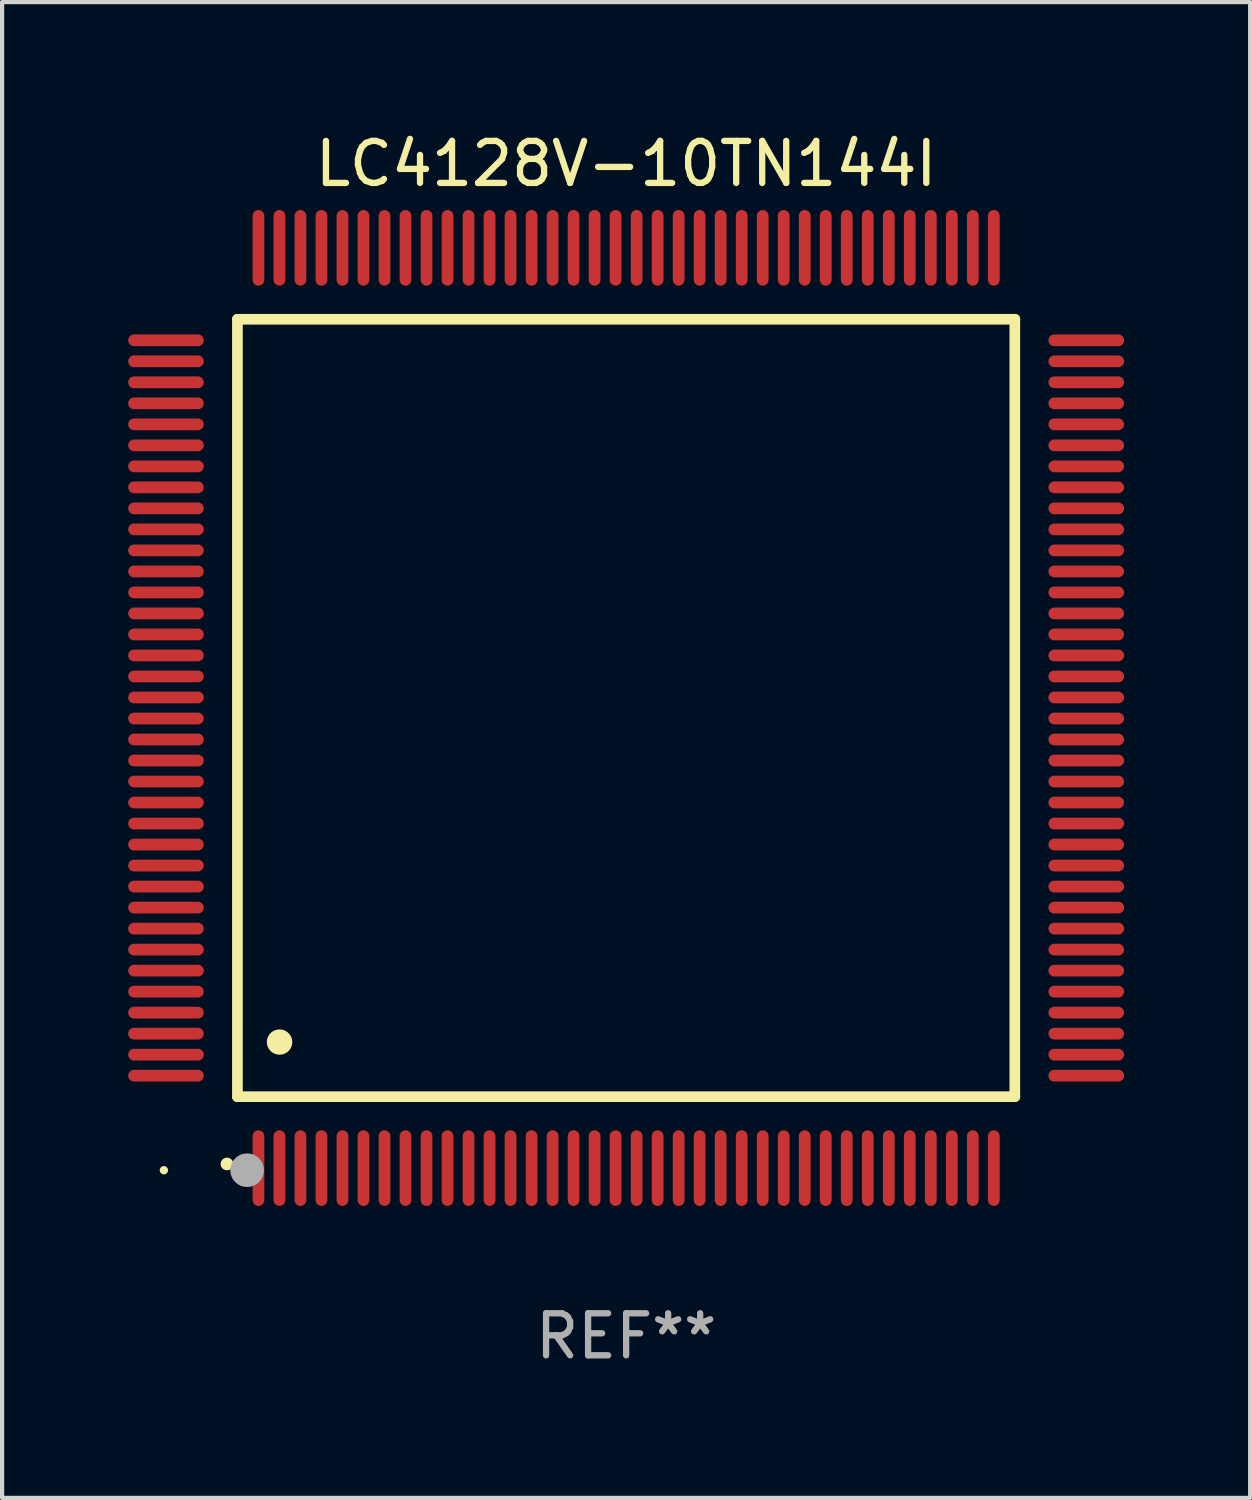
<source format=kicad_pcb>
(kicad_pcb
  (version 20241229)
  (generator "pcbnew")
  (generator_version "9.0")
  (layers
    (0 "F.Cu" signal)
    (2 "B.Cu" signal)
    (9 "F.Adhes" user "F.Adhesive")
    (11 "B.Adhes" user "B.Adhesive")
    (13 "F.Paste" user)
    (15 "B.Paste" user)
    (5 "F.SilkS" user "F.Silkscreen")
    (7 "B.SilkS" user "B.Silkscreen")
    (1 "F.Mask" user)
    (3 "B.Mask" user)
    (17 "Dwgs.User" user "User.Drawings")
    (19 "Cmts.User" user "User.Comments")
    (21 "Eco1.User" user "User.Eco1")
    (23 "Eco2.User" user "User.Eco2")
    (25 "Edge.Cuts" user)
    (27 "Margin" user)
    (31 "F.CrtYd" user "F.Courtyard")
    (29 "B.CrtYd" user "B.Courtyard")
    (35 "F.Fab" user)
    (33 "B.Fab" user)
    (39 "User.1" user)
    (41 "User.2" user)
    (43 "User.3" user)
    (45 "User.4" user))
  (footprint "LC4128V-10TN144I"
    (layer "F.Cu")
    (at 11.85 13.798)
    (property "Reference" "LC4128V-10TN144I" (at 0 -12.95 0) (layer "F.SilkS") (effects (font (size 1 1) (thickness 0.15))))
    (attr through_hole)
    (fp_line (start -9.25 -9.25) (end -9.25 9.25) (stroke (width 0.254) (type solid)) (layer "F.SilkS"))
    (fp_line (start -9.25 9.25) (end 9.25 9.25) (stroke (width 0.254) (type solid)) (layer "F.SilkS"))
    (fp_line (start 9.25 -9.25) (end -9.25 -9.25) (stroke (width 0.254) (type solid)) (layer "F.SilkS"))
    (fp_line (start 9.25 9.25) (end 9.25 -9.25) (stroke (width 0.254) (type solid)) (layer "F.SilkS"))
    (fp_arc (start -9.499619 10.850902) (mid -9.498349 10.850897) (end -9.497079 10.850902) (stroke (width 0.3) (type solid)) (layer "F.SilkS"))
    (fp_arc (start -8.249936 7.950216) (mid -8.247396 7.950205) (end -8.244856 7.950216) (stroke (width 0.6) (type solid)) (layer "F.SilkS"))
    (fp_circle (center -11 11) (end -10.95 11) (stroke (width 0.1) (type solid)) (fill no) (layer "F.SilkS"))
    (fp_circle (center -9.02 11) (end -8.82 11) (stroke (width 0.4) (type solid)) (fill no) (layer "F.Fab"))
    (fp_text user "REF**" (at 0 14.95 0) (layer "F.Fab") (effects (font (size 1 1) (thickness 0.15))))
    (pad "1" smd oval (at -8.75 10.95) (size 0.28 1.8) (layers "F.Cu" "F.Mask" "F.Paste"))
    (pad "2" smd oval (at -8.25 10.95) (size 0.28 1.8) (layers "F.Cu" "F.Mask" "F.Paste"))
    (pad "3" smd oval (at -7.75 10.95) (size 0.28 1.8) (layers "F.Cu" "F.Mask" "F.Paste"))
    (pad "4" smd oval (at -7.25 10.95) (size 0.28 1.8) (layers "F.Cu" "F.Mask" "F.Paste"))
    (pad "5" smd oval (at -6.75 10.95) (size 0.28 1.8) (layers "F.Cu" "F.Mask" "F.Paste"))
    (pad "6" smd oval (at -6.25 10.95) (size 0.28 1.8) (layers "F.Cu" "F.Mask" "F.Paste"))
    (pad "7" smd oval (at -5.75 10.95) (size 0.28 1.8) (layers "F.Cu" "F.Mask" "F.Paste"))
    (pad "8" smd oval (at -5.25 10.95) (size 0.28 1.8) (layers "F.Cu" "F.Mask" "F.Paste"))
    (pad "9" smd oval (at -4.75 10.95) (size 0.28 1.8) (layers "F.Cu" "F.Mask" "F.Paste"))
    (pad "10" smd oval (at -4.25 10.95) (size 0.28 1.8) (layers "F.Cu" "F.Mask" "F.Paste"))
    (pad "11" smd oval (at -3.75 10.95) (size 0.28 1.8) (layers "F.Cu" "F.Mask" "F.Paste"))
    (pad "12" smd oval (at -3.25 10.95) (size 0.28 1.8) (layers "F.Cu" "F.Mask" "F.Paste"))
    (pad "13" smd oval (at -2.75 10.95) (size 0.28 1.8) (layers "F.Cu" "F.Mask" "F.Paste"))
    (pad "14" smd oval (at -2.25 10.95) (size 0.28 1.8) (layers "F.Cu" "F.Mask" "F.Paste"))
    (pad "15" smd oval (at -1.75 10.95) (size 0.28 1.8) (layers "F.Cu" "F.Mask" "F.Paste"))
    (pad "16" smd oval (at -1.25 10.95) (size 0.28 1.8) (layers "F.Cu" "F.Mask" "F.Paste"))
    (pad "17" smd oval (at -0.75 10.95) (size 0.28 1.8) (layers "F.Cu" "F.Mask" "F.Paste"))
    (pad "18" smd oval (at -0.25 10.95) (size 0.28 1.8) (layers "F.Cu" "F.Mask" "F.Paste"))
    (pad "19" smd oval (at 0.25 10.95) (size 0.28 1.8) (layers "F.Cu" "F.Mask" "F.Paste"))
    (pad "20" smd oval (at 0.75 10.95) (size 0.28 1.8) (layers "F.Cu" "F.Mask" "F.Paste"))
    (pad "21" smd oval (at 1.25 10.95) (size 0.28 1.8) (layers "F.Cu" "F.Mask" "F.Paste"))
    (pad "22" smd oval (at 1.75 10.95) (size 0.28 1.8) (layers "F.Cu" "F.Mask" "F.Paste"))
    (pad "23" smd oval (at 2.25 10.95) (size 0.28 1.8) (layers "F.Cu" "F.Mask" "F.Paste"))
    (pad "24" smd oval (at 2.75 10.95) (size 0.28 1.8) (layers "F.Cu" "F.Mask" "F.Paste"))
    (pad "25" smd oval (at 3.25 10.95) (size 0.28 1.8) (layers "F.Cu" "F.Mask" "F.Paste"))
    (pad "26" smd oval (at 3.75 10.95) (size 0.28 1.8) (layers "F.Cu" "F.Mask" "F.Paste"))
    (pad "27" smd oval (at 4.25 10.95) (size 0.28 1.8) (layers "F.Cu" "F.Mask" "F.Paste"))
    (pad "28" smd oval (at 4.75 10.95) (size 0.28 1.8) (layers "F.Cu" "F.Mask" "F.Paste"))
    (pad "29" smd oval (at 5.25 10.95) (size 0.28 1.8) (layers "F.Cu" "F.Mask" "F.Paste"))
    (pad "30" smd oval (at 5.75 10.95) (size 0.28 1.8) (layers "F.Cu" "F.Mask" "F.Paste"))
    (pad "31" smd oval (at 6.25 10.95) (size 0.28 1.8) (layers "F.Cu" "F.Mask" "F.Paste"))
    (pad "32" smd oval (at 6.75 10.95) (size 0.28 1.8) (layers "F.Cu" "F.Mask" "F.Paste"))
    (pad "33" smd oval (at 7.25 10.95) (size 0.28 1.8) (layers "F.Cu" "F.Mask" "F.Paste"))
    (pad "34" smd oval (at 7.75 10.95) (size 0.28 1.8) (layers "F.Cu" "F.Mask" "F.Paste"))
    (pad "35" smd oval (at 8.25 10.95) (size 0.28 1.8) (layers "F.Cu" "F.Mask" "F.Paste"))
    (pad "36" smd oval (at 8.75 10.95) (size 0.28 1.8) (layers "F.Cu" "F.Mask" "F.Paste"))
    (pad "37" smd oval (at 10.95 8.75) (size 1.8 0.28) (layers "F.Cu" "F.Mask" "F.Paste"))
    (pad "38" smd oval (at 10.95 8.25) (size 1.8 0.28) (layers "F.Cu" "F.Mask" "F.Paste"))
    (pad "39" smd oval (at 10.95 7.75) (size 1.8 0.28) (layers "F.Cu" "F.Mask" "F.Paste"))
    (pad "40" smd oval (at 10.95 7.25) (size 1.8 0.28) (layers "F.Cu" "F.Mask" "F.Paste"))
    (pad "41" smd oval (at 10.95 6.75) (size 1.8 0.28) (layers "F.Cu" "F.Mask" "F.Paste"))
    (pad "42" smd oval (at 10.95 6.25) (size 1.8 0.28) (layers "F.Cu" "F.Mask" "F.Paste"))
    (pad "43" smd oval (at 10.95 5.75) (size 1.8 0.28) (layers "F.Cu" "F.Mask" "F.Paste"))
    (pad "44" smd oval (at 10.95 5.25) (size 1.8 0.28) (layers "F.Cu" "F.Mask" "F.Paste"))
    (pad "45" smd oval (at 10.95 4.75) (size 1.8 0.28) (layers "F.Cu" "F.Mask" "F.Paste"))
    (pad "46" smd oval (at 10.95 4.25) (size 1.8 0.28) (layers "F.Cu" "F.Mask" "F.Paste"))
    (pad "47" smd oval (at 10.95 3.75) (size 1.8 0.28) (layers "F.Cu" "F.Mask" "F.Paste"))
    (pad "48" smd oval (at 10.95 3.25) (size 1.8 0.28) (layers "F.Cu" "F.Mask" "F.Paste"))
    (pad "49" smd oval (at 10.95 2.75) (size 1.8 0.28) (layers "F.Cu" "F.Mask" "F.Paste"))
    (pad "50" smd oval (at 10.95 2.25) (size 1.8 0.28) (layers "F.Cu" "F.Mask" "F.Paste"))
    (pad "51" smd oval (at 10.95 1.75) (size 1.8 0.28) (layers "F.Cu" "F.Mask" "F.Paste"))
    (pad "52" smd oval (at 10.95 1.25) (size 1.8 0.28) (layers "F.Cu" "F.Mask" "F.Paste"))
    (pad "53" smd oval (at 10.95 0.75) (size 1.8 0.28) (layers "F.Cu" "F.Mask" "F.Paste"))
    (pad "54" smd oval (at 10.95 0.25) (size 1.8 0.28) (layers "F.Cu" "F.Mask" "F.Paste"))
    (pad "55" smd oval (at 10.95 -0.25) (size 1.8 0.28) (layers "F.Cu" "F.Mask" "F.Paste"))
    (pad "56" smd oval (at 10.95 -0.75) (size 1.8 0.28) (layers "F.Cu" "F.Mask" "F.Paste"))
    (pad "57" smd oval (at 10.95 -1.25) (size 1.8 0.28) (layers "F.Cu" "F.Mask" "F.Paste"))
    (pad "58" smd oval (at 10.95 -1.75) (size 1.8 0.28) (layers "F.Cu" "F.Mask" "F.Paste"))
    (pad "59" smd oval (at 10.95 -2.25) (size 1.8 0.28) (layers "F.Cu" "F.Mask" "F.Paste"))
    (pad "60" smd oval (at 10.95 -2.75) (size 1.8 0.28) (layers "F.Cu" "F.Mask" "F.Paste"))
    (pad "61" smd oval (at 10.95 -3.25) (size 1.8 0.28) (layers "F.Cu" "F.Mask" "F.Paste"))
    (pad "62" smd oval (at 10.95 -3.75) (size 1.8 0.28) (layers "F.Cu" "F.Mask" "F.Paste"))
    (pad "63" smd oval (at 10.95 -4.25) (size 1.8 0.28) (layers "F.Cu" "F.Mask" "F.Paste"))
    (pad "64" smd oval (at 10.95 -4.75) (size 1.8 0.28) (layers "F.Cu" "F.Mask" "F.Paste"))
    (pad "65" smd oval (at 10.95 -5.25) (size 1.8 0.28) (layers "F.Cu" "F.Mask" "F.Paste"))
    (pad "66" smd oval (at 10.95 -5.75) (size 1.8 0.28) (layers "F.Cu" "F.Mask" "F.Paste"))
    (pad "67" smd oval (at 10.95 -6.25) (size 1.8 0.28) (layers "F.Cu" "F.Mask" "F.Paste"))
    (pad "68" smd oval (at 10.95 -6.75) (size 1.8 0.28) (layers "F.Cu" "F.Mask" "F.Paste"))
    (pad "69" smd oval (at 10.95 -7.25) (size 1.8 0.28) (layers "F.Cu" "F.Mask" "F.Paste"))
    (pad "70" smd oval (at 10.95 -7.75) (size 1.8 0.28) (layers "F.Cu" "F.Mask" "F.Paste"))
    (pad "71" smd oval (at 10.95 -8.25) (size 1.8 0.28) (layers "F.Cu" "F.Mask" "F.Paste"))
    (pad "72" smd oval (at 10.95 -8.75) (size 1.8 0.28) (layers "F.Cu" "F.Mask" "F.Paste"))
    (pad "73" smd oval (at 8.75 -10.95) (size 0.28 1.8) (layers "F.Cu" "F.Mask" "F.Paste"))
    (pad "74" smd oval (at 8.25 -10.95) (size 0.28 1.8) (layers "F.Cu" "F.Mask" "F.Paste"))
    (pad "75" smd oval (at 7.75 -10.95) (size 0.28 1.8) (layers "F.Cu" "F.Mask" "F.Paste"))
    (pad "76" smd oval (at 7.25 -10.95) (size 0.28 1.8) (layers "F.Cu" "F.Mask" "F.Paste"))
    (pad "77" smd oval (at 6.75 -10.95) (size 0.28 1.8) (layers "F.Cu" "F.Mask" "F.Paste"))
    (pad "78" smd oval (at 6.25 -10.95) (size 0.28 1.8) (layers "F.Cu" "F.Mask" "F.Paste"))
    (pad "79" smd oval (at 5.75 -10.95) (size 0.28 1.8) (layers "F.Cu" "F.Mask" "F.Paste"))
    (pad "80" smd oval (at 5.25 -10.95) (size 0.28 1.8) (layers "F.Cu" "F.Mask" "F.Paste"))
    (pad "81" smd oval (at 4.75 -10.95) (size 0.28 1.8) (layers "F.Cu" "F.Mask" "F.Paste"))
    (pad "82" smd oval (at 4.25 -10.95) (size 0.28 1.8) (layers "F.Cu" "F.Mask" "F.Paste"))
    (pad "83" smd oval (at 3.75 -10.95) (size 0.28 1.8) (layers "F.Cu" "F.Mask" "F.Paste"))
    (pad "84" smd oval (at 3.25 -10.95) (size 0.28 1.8) (layers "F.Cu" "F.Mask" "F.Paste"))
    (pad "85" smd oval (at 2.75 -10.95) (size 0.28 1.8) (layers "F.Cu" "F.Mask" "F.Paste"))
    (pad "86" smd oval (at 2.25 -10.95) (size 0.28 1.8) (layers "F.Cu" "F.Mask" "F.Paste"))
    (pad "87" smd oval (at 1.75 -10.95) (size 0.28 1.8) (layers "F.Cu" "F.Mask" "F.Paste"))
    (pad "88" smd oval (at 1.25 -10.95) (size 0.28 1.8) (layers "F.Cu" "F.Mask" "F.Paste"))
    (pad "89" smd oval (at 0.75 -10.95) (size 0.28 1.8) (layers "F.Cu" "F.Mask" "F.Paste"))
    (pad "90" smd oval (at 0.25 -10.95) (size 0.28 1.8) (layers "F.Cu" "F.Mask" "F.Paste"))
    (pad "91" smd oval (at -0.25 -10.95) (size 0.28 1.8) (layers "F.Cu" "F.Mask" "F.Paste"))
    (pad "92" smd oval (at -0.75 -10.95) (size 0.28 1.8) (layers "F.Cu" "F.Mask" "F.Paste"))
    (pad "93" smd oval (at -1.25 -10.95) (size 0.28 1.8) (layers "F.Cu" "F.Mask" "F.Paste"))
    (pad "94" smd oval (at -1.75 -10.95) (size 0.28 1.8) (layers "F.Cu" "F.Mask" "F.Paste"))
    (pad "95" smd oval (at -2.25 -10.95) (size 0.28 1.8) (layers "F.Cu" "F.Mask" "F.Paste"))
    (pad "96" smd oval (at -2.75 -10.95) (size 0.28 1.8) (layers "F.Cu" "F.Mask" "F.Paste"))
    (pad "97" smd oval (at -3.25 -10.95) (size 0.28 1.8) (layers "F.Cu" "F.Mask" "F.Paste"))
    (pad "98" smd oval (at -3.75 -10.95) (size 0.28 1.8) (layers "F.Cu" "F.Mask" "F.Paste"))
    (pad "99" smd oval (at -4.25 -10.95) (size 0.28 1.8) (layers "F.Cu" "F.Mask" "F.Paste"))
    (pad "100" smd oval (at -4.75 -10.95) (size 0.28 1.8) (layers "F.Cu" "F.Mask" "F.Paste"))
    (pad "101" smd oval (at -5.25 -10.95) (size 0.28 1.8) (layers "F.Cu" "F.Mask" "F.Paste"))
    (pad "102" smd oval (at -5.75 -10.95) (size 0.28 1.8) (layers "F.Cu" "F.Mask" "F.Paste"))
    (pad "103" smd oval (at -6.25 -10.95) (size 0.28 1.8) (layers "F.Cu" "F.Mask" "F.Paste"))
    (pad "104" smd oval (at -6.75 -10.95) (size 0.28 1.8) (layers "F.Cu" "F.Mask" "F.Paste"))
    (pad "105" smd oval (at -7.25 -10.95) (size 0.28 1.8) (layers "F.Cu" "F.Mask" "F.Paste"))
    (pad "106" smd oval (at -7.75 -10.95) (size 0.28 1.8) (layers "F.Cu" "F.Mask" "F.Paste"))
    (pad "107" smd oval (at -8.25 -10.95) (size 0.28 1.8) (layers "F.Cu" "F.Mask" "F.Paste"))
    (pad "108" smd oval (at -8.75 -10.95) (size 0.28 1.8) (layers "F.Cu" "F.Mask" "F.Paste"))
    (pad "109" smd oval (at -10.95 -8.75) (size 1.8 0.28) (layers "F.Cu" "F.Mask" "F.Paste"))
    (pad "110" smd oval (at -10.95 -8.25) (size 1.8 0.28) (layers "F.Cu" "F.Mask" "F.Paste"))
    (pad "111" smd oval (at -10.95 -7.75) (size 1.8 0.28) (layers "F.Cu" "F.Mask" "F.Paste"))
    (pad "112" smd oval (at -10.95 -7.25) (size 1.8 0.28) (layers "F.Cu" "F.Mask" "F.Paste"))
    (pad "113" smd oval (at -10.95 -6.75) (size 1.8 0.28) (layers "F.Cu" "F.Mask" "F.Paste"))
    (pad "114" smd oval (at -10.95 -6.25) (size 1.8 0.28) (layers "F.Cu" "F.Mask" "F.Paste"))
    (pad "115" smd oval (at -10.95 -5.75) (size 1.8 0.28) (layers "F.Cu" "F.Mask" "F.Paste"))
    (pad "116" smd oval (at -10.95 -5.25) (size 1.8 0.28) (layers "F.Cu" "F.Mask" "F.Paste"))
    (pad "117" smd oval (at -10.95 -4.75) (size 1.8 0.28) (layers "F.Cu" "F.Mask" "F.Paste"))
    (pad "118" smd oval (at -10.95 -4.25) (size 1.8 0.28) (layers "F.Cu" "F.Mask" "F.Paste"))
    (pad "119" smd oval (at -10.95 -3.75) (size 1.8 0.28) (layers "F.Cu" "F.Mask" "F.Paste"))
    (pad "120" smd oval (at -10.95 -3.25) (size 1.8 0.28) (layers "F.Cu" "F.Mask" "F.Paste"))
    (pad "121" smd oval (at -10.95 -2.75) (size 1.8 0.28) (layers "F.Cu" "F.Mask" "F.Paste"))
    (pad "122" smd oval (at -10.95 -2.25) (size 1.8 0.28) (layers "F.Cu" "F.Mask" "F.Paste"))
    (pad "123" smd oval (at -10.95 -1.75) (size 1.8 0.28) (layers "F.Cu" "F.Mask" "F.Paste"))
    (pad "124" smd oval (at -10.95 -1.25) (size 1.8 0.28) (layers "F.Cu" "F.Mask" "F.Paste"))
    (pad "125" smd oval (at -10.95 -0.75) (size 1.8 0.28) (layers "F.Cu" "F.Mask" "F.Paste"))
    (pad "126" smd oval (at -10.95 -0.25) (size 1.8 0.28) (layers "F.Cu" "F.Mask" "F.Paste"))
    (pad "127" smd oval (at -10.95 0.25) (size 1.8 0.28) (layers "F.Cu" "F.Mask" "F.Paste"))
    (pad "128" smd oval (at -10.95 0.75) (size 1.8 0.28) (layers "F.Cu" "F.Mask" "F.Paste"))
    (pad "129" smd oval (at -10.95 1.25) (size 1.8 0.28) (layers "F.Cu" "F.Mask" "F.Paste"))
    (pad "130" smd oval (at -10.95 1.75) (size 1.8 0.28) (layers "F.Cu" "F.Mask" "F.Paste"))
    (pad "131" smd oval (at -10.95 2.25) (size 1.8 0.28) (layers "F.Cu" "F.Mask" "F.Paste"))
    (pad "132" smd oval (at -10.95 2.75) (size 1.8 0.28) (layers "F.Cu" "F.Mask" "F.Paste"))
    (pad "133" smd oval (at -10.95 3.25) (size 1.8 0.28) (layers "F.Cu" "F.Mask" "F.Paste"))
    (pad "134" smd oval (at -10.95 3.75) (size 1.8 0.28) (layers "F.Cu" "F.Mask" "F.Paste"))
    (pad "135" smd oval (at -10.95 4.25) (size 1.8 0.28) (layers "F.Cu" "F.Mask" "F.Paste"))
    (pad "136" smd oval (at -10.95 4.75) (size 1.8 0.28) (layers "F.Cu" "F.Mask" "F.Paste"))
    (pad "137" smd oval (at -10.95 5.25) (size 1.8 0.28) (layers "F.Cu" "F.Mask" "F.Paste"))
    (pad "138" smd oval (at -10.95 5.75) (size 1.8 0.28) (layers "F.Cu" "F.Mask" "F.Paste"))
    (pad "139" smd oval (at -10.95 6.25) (size 1.8 0.28) (layers "F.Cu" "F.Mask" "F.Paste"))
    (pad "140" smd oval (at -10.95 6.75) (size 1.8 0.28) (layers "F.Cu" "F.Mask" "F.Paste"))
    (pad "141" smd oval (at -10.95 7.25) (size 1.8 0.28) (layers "F.Cu" "F.Mask" "F.Paste"))
    (pad "142" smd oval (at -10.95 7.75) (size 1.8 0.28) (layers "F.Cu" "F.Mask" "F.Paste"))
    (pad "143" smd oval (at -10.95 8.25) (size 1.8 0.28) (layers "F.Cu" "F.Mask" "F.Paste"))
    (pad "144" smd oval (at -10.95 8.75) (size 1.8 0.28) (layers "F.Cu" "F.Mask" "F.Paste")))
  (gr_rect
    (start -3 -3)
    (end 26.7 32.596)
    (stroke (width 0.1) (type default))
    (fill no)
    (layer "Edge.Cuts")))
</source>
